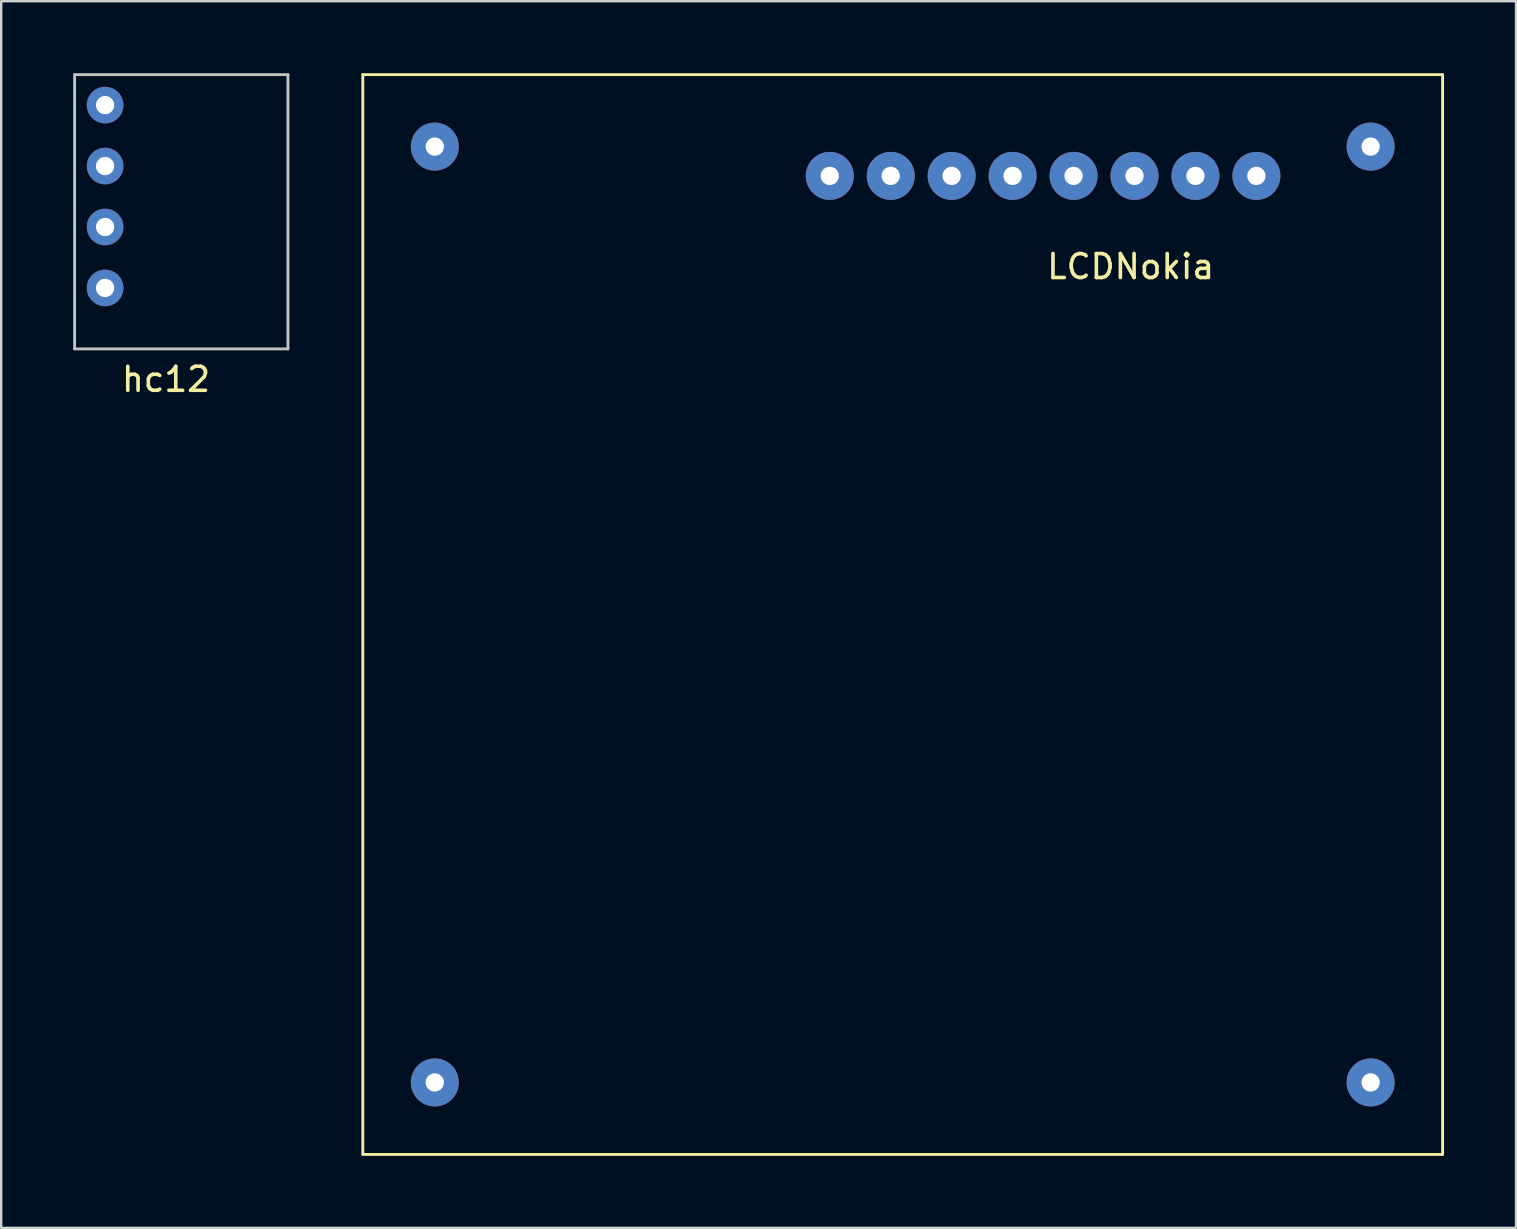
<source format=kicad_pcb>
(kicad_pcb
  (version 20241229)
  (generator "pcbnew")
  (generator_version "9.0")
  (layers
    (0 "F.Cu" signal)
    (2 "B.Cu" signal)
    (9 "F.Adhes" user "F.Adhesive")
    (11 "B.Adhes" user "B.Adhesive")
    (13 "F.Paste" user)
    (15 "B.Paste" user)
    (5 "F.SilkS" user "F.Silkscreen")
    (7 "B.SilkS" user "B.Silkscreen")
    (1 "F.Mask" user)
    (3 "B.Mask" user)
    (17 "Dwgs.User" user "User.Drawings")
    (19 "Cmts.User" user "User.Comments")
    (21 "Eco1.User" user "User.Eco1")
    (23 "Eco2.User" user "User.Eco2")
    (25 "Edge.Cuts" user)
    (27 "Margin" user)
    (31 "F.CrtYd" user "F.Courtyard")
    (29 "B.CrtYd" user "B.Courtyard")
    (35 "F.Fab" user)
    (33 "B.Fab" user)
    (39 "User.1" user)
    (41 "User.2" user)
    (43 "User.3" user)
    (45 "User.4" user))
  (footprint "LCDNokia"
    (layer "F.Cu")
    (at 34.07 22.06)
    (property "Reference" "LCDNokia" (at 10 -14 0) (layer "F.SilkS") (effects (font (size 1 1) (thickness 0.15))))
    (attr through_hole)
    (fp_line (start -22 -22) (end 23 -22) (stroke (width 0.12) (type solid)) (layer "F.SilkS"))
    (fp_line (start -22 23) (end -22 -22) (stroke (width 0.12) (type solid)) (layer "F.SilkS"))
    (fp_line (start 23 -22) (end 23 23) (stroke (width 0.12) (type solid)) (layer "F.SilkS"))
    (fp_line (start 23 23) (end -22 23) (stroke (width 0.12) (type solid)) (layer "F.SilkS"))
    (pad "" np_thru_hole circle (at -19 -19) (size 2 2) (drill 0.762) (layers "*.Cu" "*.Mask"))
    (pad "" np_thru_hole circle (at -19 20) (size 2 2) (drill 0.762) (layers "*.Cu" "*.Mask"))
    (pad "" np_thru_hole circle (at 20 -19) (size 2 2) (drill 0.762) (layers "*.Cu" "*.Mask"))
    (pad "" np_thru_hole circle (at 20 20) (size 2 2) (drill 0.762) (layers "*.Cu" "*.Mask"))
    (pad "1" thru_hole circle (at -2.54 -17.78) (size 2 2) (drill 0.762) (layers "*.Cu" "*.Mask"))
    (pad "2" thru_hole circle (at 0 -17.78) (size 2 2) (drill 0.762) (layers "*.Cu" "*.Mask"))
    (pad "3" thru_hole circle (at 2.54 -17.78) (size 2 2) (drill 0.762) (layers "*.Cu" "*.Mask"))
    (pad "4" thru_hole circle (at 5.08 -17.78) (size 2 2) (drill 0.762) (layers "*.Cu" "*.Mask"))
    (pad "5" thru_hole circle (at 7.62 -17.78) (size 2 2) (drill 0.762) (layers "*.Cu" "*.Mask"))
    (pad "6" thru_hole circle (at 10.16 -17.78) (size 2 2) (drill 0.762) (layers "*.Cu" "*.Mask"))
    (pad "7" thru_hole circle (at 12.7 -17.78) (size 2 2) (drill 0.762) (layers "*.Cu" "*.Mask"))
    (pad "8" thru_hole circle (at 15.24 -17.78) (size 2 2) (drill 0.762) (layers "*.Cu" "*.Mask")))
  (footprint "hc12"
    (layer "F.Cu")
    (at 5.14 5.14)
    (property "Reference" "hc12" (at -1.27 7.62 0) (layer "F.SilkS") (effects (font (size 1 1) (thickness 0.15))))
    (attr through_hole)
    (fp_line (start -5.08 -5.08) (end 3.81 -5.08) (stroke (width 0.12) (type solid)) (layer "Dwgs.User"))
    (fp_line (start -5.08 6.35) (end -5.08 -5.08) (stroke (width 0.12) (type solid)) (layer "Dwgs.User"))
    (fp_line (start 3.81 -5.08) (end 3.81 6.35) (stroke (width 0.12) (type solid)) (layer "Dwgs.User"))
    (fp_line (start 3.81 6.35) (end -5.08 6.35) (stroke (width 0.12) (type solid)) (layer "Dwgs.User"))
    (pad "1" thru_hole circle (at -3.81 -3.81) (size 1.524 1.524) (drill 0.762) (layers "*.Cu" "*.Mask"))
    (pad "2" thru_hole circle (at -3.81 -1.27) (size 1.524 1.524) (drill 0.762) (layers "*.Cu" "*.Mask"))
    (pad "3" thru_hole circle (at -3.81 1.27) (size 1.524 1.524) (drill 0.762) (layers "*.Cu" "*.Mask"))
    (pad "4" thru_hole circle (at -3.81 3.81) (size 1.524 1.524) (drill 0.762) (layers "*.Cu" "*.Mask")))
  (gr_rect
    (start -3 -3)
    (end 60.13 48.12)
    (stroke (width 0.1) (type default))
    (fill no)
    (layer "Edge.Cuts")))
</source>
